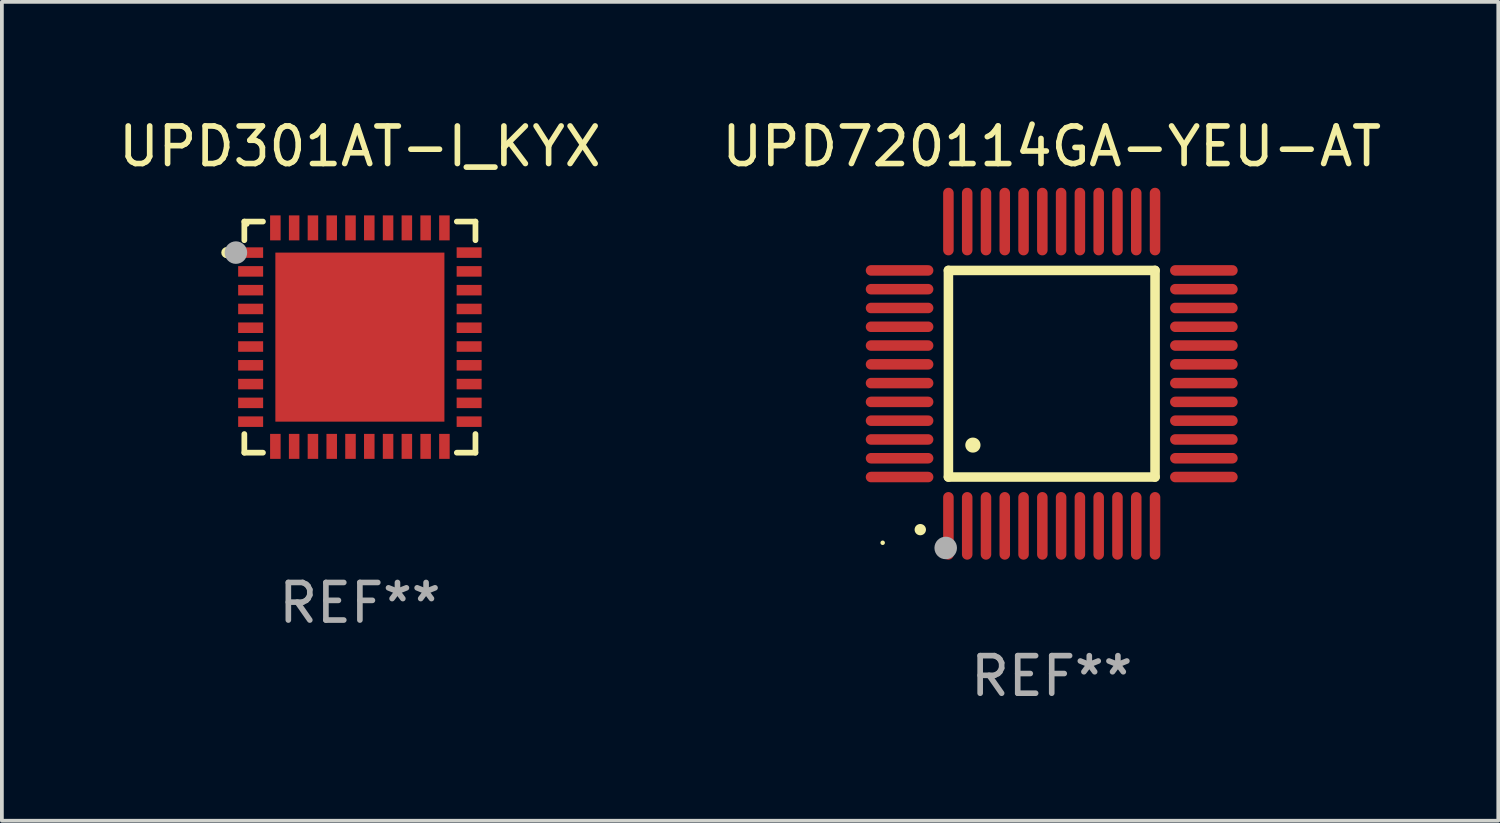
<source format=kicad_pcb>
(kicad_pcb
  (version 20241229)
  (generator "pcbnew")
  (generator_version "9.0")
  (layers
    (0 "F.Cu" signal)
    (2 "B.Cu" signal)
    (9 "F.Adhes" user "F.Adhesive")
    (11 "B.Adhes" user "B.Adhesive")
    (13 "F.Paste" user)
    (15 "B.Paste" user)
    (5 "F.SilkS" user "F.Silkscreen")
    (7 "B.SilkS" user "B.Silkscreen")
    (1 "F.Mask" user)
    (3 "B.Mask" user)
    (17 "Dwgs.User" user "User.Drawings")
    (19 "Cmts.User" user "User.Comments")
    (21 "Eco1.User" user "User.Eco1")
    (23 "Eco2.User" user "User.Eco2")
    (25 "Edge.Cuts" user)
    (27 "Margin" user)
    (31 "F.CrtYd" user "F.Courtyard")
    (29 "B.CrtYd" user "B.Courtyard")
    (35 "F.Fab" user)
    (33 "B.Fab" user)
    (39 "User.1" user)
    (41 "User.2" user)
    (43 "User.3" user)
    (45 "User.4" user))
  (footprint "UPD301AT-I_KYX"
    (layer "F.Cu")
    (at 6.53 5.924)
    (property "Reference" "UPD301AT-I_KYX" (at 0 -5.076 0) (layer "F.SilkS") (effects (font (size 1 1) (thickness 0.15))))
    (attr through_hole)
    (fp_line (start -3.076 -3.076) (end -3.076 -2.58) (stroke (width 0.152) (type solid)) (layer "F.SilkS"))
    (fp_line (start -3.076 3.076) (end -3.076 2.58) (stroke (width 0.152) (type solid)) (layer "F.SilkS"))
    (fp_line (start -2.58 -3.076) (end -3.076 -3.076) (stroke (width 0.152) (type solid)) (layer "F.SilkS"))
    (fp_line (start -2.58 3.076) (end -3.076 3.076) (stroke (width 0.152) (type solid)) (layer "F.SilkS"))
    (fp_line (start 2.58 -3.076) (end 3.076 -3.076) (stroke (width 0.152) (type solid)) (layer "F.SilkS"))
    (fp_line (start 2.58 3.076) (end 3.076 3.076) (stroke (width 0.152) (type solid)) (layer "F.SilkS"))
    (fp_line (start 3.076 -3.076) (end 3.076 -2.58) (stroke (width 0.152) (type solid)) (layer "F.SilkS"))
    (fp_line (start 3.076 3.076) (end 3.076 2.58) (stroke (width 0.152) (type solid)) (layer "F.SilkS"))
    (fp_circle (center -3.54 -2.25) (end -3.465 -2.25) (stroke (width 0.15) (type solid)) (fill no) (layer "F.SilkS"))
    (fp_circle (center -3 -3) (end -2.97 -3) (stroke (width 0.06) (type solid)) (fill no) (layer "F.SilkS"))
    (fp_circle (center -3.3 -2.25) (end -3.15 -2.25) (stroke (width 0.3) (type solid)) (fill no) (layer "F.Fab"))
    (fp_text user "REF**" (at 0 7.076 0) (layer "F.Fab") (effects (font (size 1 1) (thickness 0.15))))
    (pad "1" smd rect (at -2.908 -2.25) (size 0.665 0.28) (layers "F.Cu" "F.Mask" "F.Paste"))
    (pad "2" smd rect (at -2.908 -1.75) (size 0.665 0.28) (layers "F.Cu" "F.Mask" "F.Paste"))
    (pad "3" smd rect (at -2.908 -1.25) (size 0.665 0.28) (layers "F.Cu" "F.Mask" "F.Paste"))
    (pad "4" smd rect (at -2.908 -0.75) (size 0.665 0.28) (layers "F.Cu" "F.Mask" "F.Paste"))
    (pad "5" smd rect (at -2.908 -0.25) (size 0.665 0.28) (layers "F.Cu" "F.Mask" "F.Paste"))
    (pad "6" smd rect (at -2.908 0.25) (size 0.665 0.28) (layers "F.Cu" "F.Mask" "F.Paste"))
    (pad "7" smd rect (at -2.908 0.75) (size 0.665 0.28) (layers "F.Cu" "F.Mask" "F.Paste"))
    (pad "8" smd rect (at -2.908 1.25) (size 0.665 0.28) (layers "F.Cu" "F.Mask" "F.Paste"))
    (pad "9" smd rect (at -2.908 1.75) (size 0.665 0.28) (layers "F.Cu" "F.Mask" "F.Paste"))
    (pad "10" smd rect (at -2.908 2.25) (size 0.665 0.28) (layers "F.Cu" "F.Mask" "F.Paste"))
    (pad "11" smd rect (at -2.25 2.908) (size 0.28 0.665) (layers "F.Cu" "F.Mask" "F.Paste"))
    (pad "12" smd rect (at -1.75 2.908) (size 0.28 0.665) (layers "F.Cu" "F.Mask" "F.Paste"))
    (pad "13" smd rect (at -1.25 2.908) (size 0.28 0.665) (layers "F.Cu" "F.Mask" "F.Paste"))
    (pad "14" smd rect (at -0.75 2.908) (size 0.28 0.665) (layers "F.Cu" "F.Mask" "F.Paste"))
    (pad "15" smd rect (at -0.25 2.908) (size 0.28 0.665) (layers "F.Cu" "F.Mask" "F.Paste"))
    (pad "16" smd rect (at 0.25 2.908) (size 0.28 0.665) (layers "F.Cu" "F.Mask" "F.Paste"))
    (pad "17" smd rect (at 0.75 2.908) (size 0.28 0.665) (layers "F.Cu" "F.Mask" "F.Paste"))
    (pad "18" smd rect (at 1.25 2.908) (size 0.28 0.665) (layers "F.Cu" "F.Mask" "F.Paste"))
    (pad "19" smd rect (at 1.75 2.908) (size 0.28 0.665) (layers "F.Cu" "F.Mask" "F.Paste"))
    (pad "20" smd rect (at 2.25 2.908) (size 0.28 0.665) (layers "F.Cu" "F.Mask" "F.Paste"))
    (pad "21" smd rect (at 2.908 2.25) (size 0.665 0.28) (layers "F.Cu" "F.Mask" "F.Paste"))
    (pad "22" smd rect (at 2.908 1.75) (size 0.665 0.28) (layers "F.Cu" "F.Mask" "F.Paste"))
    (pad "23" smd rect (at 2.908 1.25) (size 0.665 0.28) (layers "F.Cu" "F.Mask" "F.Paste"))
    (pad "24" smd rect (at 2.908 0.75) (size 0.665 0.28) (layers "F.Cu" "F.Mask" "F.Paste"))
    (pad "25" smd rect (at 2.908 0.25) (size 0.665 0.28) (layers "F.Cu" "F.Mask" "F.Paste"))
    (pad "26" smd rect (at 2.908 -0.25) (size 0.665 0.28) (layers "F.Cu" "F.Mask" "F.Paste"))
    (pad "27" smd rect (at 2.908 -0.75) (size 0.665 0.28) (layers "F.Cu" "F.Mask" "F.Paste"))
    (pad "28" smd rect (at 2.908 -1.25) (size 0.665 0.28) (layers "F.Cu" "F.Mask" "F.Paste"))
    (pad "29" smd rect (at 2.908 -1.75) (size 0.665 0.28) (layers "F.Cu" "F.Mask" "F.Paste"))
    (pad "30" smd rect (at 2.908 -2.25) (size 0.665 0.28) (layers "F.Cu" "F.Mask" "F.Paste"))
    (pad "31" smd rect (at 2.25 -2.908) (size 0.28 0.665) (layers "F.Cu" "F.Mask" "F.Paste"))
    (pad "32" smd rect (at 1.75 -2.908) (size 0.28 0.665) (layers "F.Cu" "F.Mask" "F.Paste"))
    (pad "33" smd rect (at 1.25 -2.908) (size 0.28 0.665) (layers "F.Cu" "F.Mask" "F.Paste"))
    (pad "34" smd rect (at 0.75 -2.908) (size 0.28 0.665) (layers "F.Cu" "F.Mask" "F.Paste"))
    (pad "35" smd rect (at 0.25 -2.908) (size 0.28 0.665) (layers "F.Cu" "F.Mask" "F.Paste"))
    (pad "36" smd rect (at -0.25 -2.908) (size 0.28 0.665) (layers "F.Cu" "F.Mask" "F.Paste"))
    (pad "37" smd rect (at -0.75 -2.908) (size 0.28 0.665) (layers "F.Cu" "F.Mask" "F.Paste"))
    (pad "38" smd rect (at -1.25 -2.908) (size 0.28 0.665) (layers "F.Cu" "F.Mask" "F.Paste"))
    (pad "39" smd rect (at -1.75 -2.908) (size 0.28 0.665) (layers "F.Cu" "F.Mask" "F.Paste"))
    (pad "40" smd rect (at -2.25 -2.908) (size 0.28 0.665) (layers "F.Cu" "F.Mask" "F.Paste"))
    (pad "41" smd rect (at 0 0) (size 4.5 4.5) (layers "F.Cu" "F.Mask" "F.Paste")))
  (footprint "UPD720114GA-YEU-AT"
    (layer "F.Cu")
    (at 24.946 6.898)
    (property "Reference" "UPD720114GA-YEU-AT" (at 0 -6.05 0) (layer "F.SilkS") (effects (font (size 1 1) (thickness 0.15))))
    (attr through_hole)
    (fp_line (start -2.75 -2.75) (end 2.75 -2.75) (stroke (width 0.254) (type solid)) (layer "F.SilkS"))
    (fp_line (start -2.75 2.75) (end -2.75 -2.75) (stroke (width 0.254) (type solid)) (layer "F.SilkS"))
    (fp_line (start 2.75 -2.75) (end 2.75 2.75) (stroke (width 0.254) (type solid)) (layer "F.SilkS"))
    (fp_line (start 2.75 2.75) (end -2.75 2.75) (stroke (width 0.254) (type solid)) (layer "F.SilkS"))
    (fp_arc (start -3.500127 4.150368) (mid -3.498857 4.150363) (end -3.497587 4.150368) (stroke (width 0.3) (type solid)) (layer "F.SilkS"))
    (fp_arc (start -2.100584 1.899924) (mid -2.098044 1.899908) (end -2.095504 1.899924) (stroke (width 0.4) (type solid)) (layer "F.SilkS"))
    (fp_circle (center -4.5 4.5) (end -4.47 4.5) (stroke (width 0.06) (type solid)) (fill no) (layer "F.SilkS"))
    (fp_circle (center -2.822 4.638) (end -2.672 4.638) (stroke (width 0.3) (type solid)) (fill no) (layer "F.Fab"))
    (fp_text user "REF**" (at 0 8.05 0) (layer "F.Fab") (effects (font (size 1 1) (thickness 0.15))))
    (pad "1" smd oval (at -2.75 4.05) (size 0.28 1.8) (layers "F.Cu" "F.Mask" "F.Paste"))
    (pad "2" smd oval (at -2.25 4.05) (size 0.28 1.8) (layers "F.Cu" "F.Mask" "F.Paste"))
    (pad "3" smd oval (at -1.75 4.05) (size 0.28 1.8) (layers "F.Cu" "F.Mask" "F.Paste"))
    (pad "4" smd oval (at -1.25 4.05) (size 0.28 1.8) (layers "F.Cu" "F.Mask" "F.Paste"))
    (pad "5" smd oval (at -0.75 4.05) (size 0.28 1.8) (layers "F.Cu" "F.Mask" "F.Paste"))
    (pad "6" smd oval (at -0.25 4.05) (size 0.28 1.8) (layers "F.Cu" "F.Mask" "F.Paste"))
    (pad "7" smd oval (at 0.25 4.05) (size 0.28 1.8) (layers "F.Cu" "F.Mask" "F.Paste"))
    (pad "8" smd oval (at 0.75 4.05) (size 0.28 1.8) (layers "F.Cu" "F.Mask" "F.Paste"))
    (pad "9" smd oval (at 1.25 4.05) (size 0.28 1.8) (layers "F.Cu" "F.Mask" "F.Paste"))
    (pad "10" smd oval (at 1.75 4.05) (size 0.28 1.8) (layers "F.Cu" "F.Mask" "F.Paste"))
    (pad "11" smd oval (at 2.25 4.05) (size 0.28 1.8) (layers "F.Cu" "F.Mask" "F.Paste"))
    (pad "12" smd oval (at 2.75 4.05) (size 0.28 1.8) (layers "F.Cu" "F.Mask" "F.Paste"))
    (pad "13" smd oval (at 4.05 2.75) (size 1.8 0.28) (layers "F.Cu" "F.Mask" "F.Paste"))
    (pad "14" smd oval (at 4.05 2.25) (size 1.8 0.28) (layers "F.Cu" "F.Mask" "F.Paste"))
    (pad "15" smd oval (at 4.05 1.75) (size 1.8 0.28) (layers "F.Cu" "F.Mask" "F.Paste"))
    (pad "16" smd oval (at 4.05 1.25) (size 1.8 0.28) (layers "F.Cu" "F.Mask" "F.Paste"))
    (pad "17" smd oval (at 4.05 0.75) (size 1.8 0.28) (layers "F.Cu" "F.Mask" "F.Paste"))
    (pad "18" smd oval (at 4.05 0.25) (size 1.8 0.28) (layers "F.Cu" "F.Mask" "F.Paste"))
    (pad "19" smd oval (at 4.05 -0.25) (size 1.8 0.28) (layers "F.Cu" "F.Mask" "F.Paste"))
    (pad "20" smd oval (at 4.05 -0.75) (size 1.8 0.28) (layers "F.Cu" "F.Mask" "F.Paste"))
    (pad "21" smd oval (at 4.05 -1.25) (size 1.8 0.28) (layers "F.Cu" "F.Mask" "F.Paste"))
    (pad "22" smd oval (at 4.05 -1.75) (size 1.8 0.28) (layers "F.Cu" "F.Mask" "F.Paste"))
    (pad "23" smd oval (at 4.05 -2.25) (size 1.8 0.28) (layers "F.Cu" "F.Mask" "F.Paste"))
    (pad "24" smd oval (at 4.05 -2.75) (size 1.8 0.28) (layers "F.Cu" "F.Mask" "F.Paste"))
    (pad "25" smd oval (at 2.75 -4.05) (size 0.28 1.8) (layers "F.Cu" "F.Mask" "F.Paste"))
    (pad "26" smd oval (at 2.25 -4.05) (size 0.28 1.8) (layers "F.Cu" "F.Mask" "F.Paste"))
    (pad "27" smd oval (at 1.75 -4.05) (size 0.28 1.8) (layers "F.Cu" "F.Mask" "F.Paste"))
    (pad "28" smd oval (at 1.25 -4.05) (size 0.28 1.8) (layers "F.Cu" "F.Mask" "F.Paste"))
    (pad "29" smd oval (at 0.75 -4.05) (size 0.28 1.8) (layers "F.Cu" "F.Mask" "F.Paste"))
    (pad "30" smd oval (at 0.25 -4.05) (size 0.28 1.8) (layers "F.Cu" "F.Mask" "F.Paste"))
    (pad "31" smd oval (at -0.25 -4.05) (size 0.28 1.8) (layers "F.Cu" "F.Mask" "F.Paste"))
    (pad "32" smd oval (at -0.75 -4.05) (size 0.28 1.8) (layers "F.Cu" "F.Mask" "F.Paste"))
    (pad "33" smd oval (at -1.25 -4.05) (size 0.28 1.8) (layers "F.Cu" "F.Mask" "F.Paste"))
    (pad "34" smd oval (at -1.75 -4.05) (size 0.28 1.8) (layers "F.Cu" "F.Mask" "F.Paste"))
    (pad "35" smd oval (at -2.25 -4.05) (size 0.28 1.8) (layers "F.Cu" "F.Mask" "F.Paste"))
    (pad "36" smd oval (at -2.75 -4.05) (size 0.28 1.8) (layers "F.Cu" "F.Mask" "F.Paste"))
    (pad "37" smd oval (at -4.05 -2.75) (size 1.8 0.28) (layers "F.Cu" "F.Mask" "F.Paste"))
    (pad "38" smd oval (at -4.05 -2.25) (size 1.8 0.28) (layers "F.Cu" "F.Mask" "F.Paste"))
    (pad "39" smd oval (at -4.05 -1.75) (size 1.8 0.28) (layers "F.Cu" "F.Mask" "F.Paste"))
    (pad "40" smd oval (at -4.05 -1.25) (size 1.8 0.28) (layers "F.Cu" "F.Mask" "F.Paste"))
    (pad "41" smd oval (at -4.05 -0.75) (size 1.8 0.28) (layers "F.Cu" "F.Mask" "F.Paste"))
    (pad "42" smd oval (at -4.05 -0.25) (size 1.8 0.28) (layers "F.Cu" "F.Mask" "F.Paste"))
    (pad "43" smd oval (at -4.05 0.25) (size 1.8 0.28) (layers "F.Cu" "F.Mask" "F.Paste"))
    (pad "44" smd oval (at -4.05 0.75) (size 1.8 0.28) (layers "F.Cu" "F.Mask" "F.Paste"))
    (pad "45" smd oval (at -4.05 1.25) (size 1.8 0.28) (layers "F.Cu" "F.Mask" "F.Paste"))
    (pad "46" smd oval (at -4.05 1.75) (size 1.8 0.28) (layers "F.Cu" "F.Mask" "F.Paste"))
    (pad "47" smd oval (at -4.05 2.25) (size 1.8 0.28) (layers "F.Cu" "F.Mask" "F.Paste"))
    (pad "48" smd oval (at -4.05 2.75) (size 1.8 0.28) (layers "F.Cu" "F.Mask" "F.Paste")))
  (gr_rect
    (start -3 -3)
    (end 36.833 18.797)
    (stroke (width 0.1) (type default))
    (fill no)
    (layer "Edge.Cuts")))
</source>
